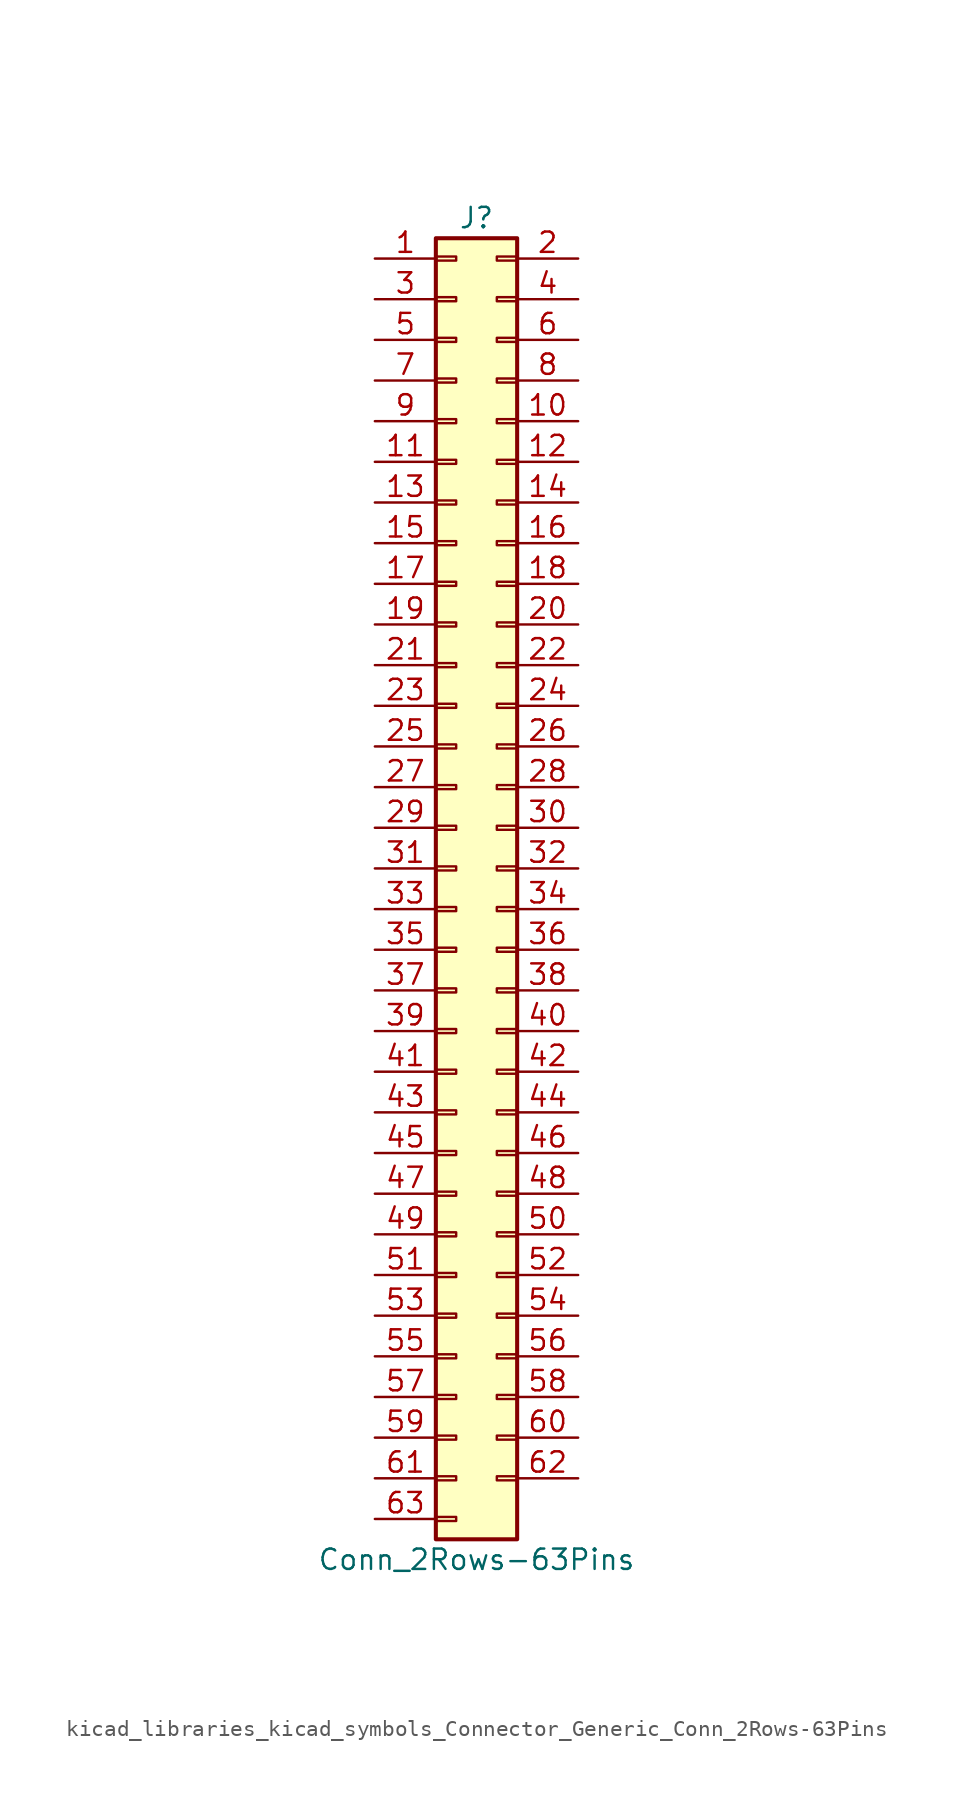
<source format=kicad_sym>
(kicad_symbol_lib
  (version 20220914)
  (generator kicad_symbol_editor)
  (symbol "kicad_libraries_kicad_symbols_Connector_Generic_Conn_2Rows-63Pins"
    (pin_names
      (offset 1.016) hide)
    (property "Reference" "J"
      (at 1.27 40.64 0)
      (effects (font (size 1.27 1.27))))
    (property "Value" "Conn_2Rows-63Pins"
      (at 1.27 -43.18 0)
      (effects (font (size 1.27 1.27))))
    (symbol "kicad_libraries_kicad_symbols_Connector_Generic_Conn_2Rows-63Pins_1_1"
      (rectangle (start -1.27 -40.513) (end 0 -40.767) (stroke (width 0.152) (type default)) (fill (type none)))
      (rectangle (start -1.27 -37.973) (end 0 -38.227) (stroke (width 0.152) (type default)) (fill (type none)))
      (rectangle (start -1.27 -35.433) (end 0 -35.687) (stroke (width 0.152) (type default)) (fill (type none)))
      (rectangle (start -1.27 -32.893) (end 0 -33.147) (stroke (width 0.152) (type default)) (fill (type none)))
      (rectangle (start -1.27 -30.353) (end 0 -30.607) (stroke (width 0.152) (type default)) (fill (type none)))
      (rectangle (start -1.27 -27.813) (end 0 -28.067) (stroke (width 0.152) (type default)) (fill (type none)))
      (rectangle (start -1.27 -25.273) (end 0 -25.527) (stroke (width 0.152) (type default)) (fill (type none)))
      (rectangle (start -1.27 -22.733) (end 0 -22.987) (stroke (width 0.152) (type default)) (fill (type none)))
      (rectangle (start -1.27 -20.193) (end 0 -20.447) (stroke (width 0.152) (type default)) (fill (type none)))
      (rectangle (start -1.27 -17.653) (end 0 -17.907) (stroke (width 0.152) (type default)) (fill (type none)))
      (rectangle (start -1.27 -15.113) (end 0 -15.367) (stroke (width 0.152) (type default)) (fill (type none)))
      (rectangle (start -1.27 -12.573) (end 0 -12.827) (stroke (width 0.152) (type default)) (fill (type none)))
      (rectangle (start -1.27 -10.033) (end 0 -10.287) (stroke (width 0.152) (type default)) (fill (type none)))
      (rectangle (start -1.27 -7.493) (end 0 -7.747) (stroke (width 0.152) (type default)) (fill (type none)))
      (rectangle (start -1.27 -4.953) (end 0 -5.207) (stroke (width 0.152) (type default)) (fill (type none)))
      (rectangle (start -1.27 -2.413) (end 0 -2.667) (stroke (width 0.152) (type default)) (fill (type none)))
      (rectangle (start -1.27 0.127) (end 0 -0.127) (stroke (width 0.152) (type default)) (fill (type none)))
      (rectangle (start -1.27 2.667) (end 0 2.413) (stroke (width 0.152) (type default)) (fill (type none)))
      (rectangle (start -1.27 5.207) (end 0 4.953) (stroke (width 0.152) (type default)) (fill (type none)))
      (rectangle (start -1.27 7.747) (end 0 7.493) (stroke (width 0.152) (type default)) (fill (type none)))
      (rectangle (start -1.27 10.287) (end 0 10.033) (stroke (width 0.152) (type default)) (fill (type none)))
      (rectangle (start -1.27 12.827) (end 0 12.573) (stroke (width 0.152) (type default)) (fill (type none)))
      (rectangle (start -1.27 15.367) (end 0 15.113) (stroke (width 0.152) (type default)) (fill (type none)))
      (rectangle (start -1.27 17.907) (end 0 17.653) (stroke (width 0.152) (type default)) (fill (type none)))
      (rectangle (start -1.27 20.447) (end 0 20.193) (stroke (width 0.152) (type default)) (fill (type none)))
      (rectangle (start -1.27 22.987) (end 0 22.733) (stroke (width 0.152) (type default)) (fill (type none)))
      (rectangle (start -1.27 25.527) (end 0 25.273) (stroke (width 0.152) (type default)) (fill (type none)))
      (rectangle (start -1.27 28.067) (end 0 27.813) (stroke (width 0.152) (type default)) (fill (type none)))
      (rectangle (start -1.27 30.607) (end 0 30.353) (stroke (width 0.152) (type default)) (fill (type none)))
      (rectangle (start -1.27 33.147) (end 0 32.893) (stroke (width 0.152) (type default)) (fill (type none)))
      (rectangle (start -1.27 35.687) (end 0 35.433) (stroke (width 0.152) (type default)) (fill (type none)))
      (rectangle (start -1.27 38.227) (end 0 37.973) (stroke (width 0.152) (type default)) (fill (type none)))
      (rectangle (start -1.27 39.37) (end 3.81 -41.91) (stroke (width 0.254) (type default)) (fill (type background)))
      (rectangle (start 3.81 -37.973) (end 2.54 -38.227) (stroke (width 0.152) (type default)) (fill (type none)))
      (rectangle (start 3.81 -35.433) (end 2.54 -35.687) (stroke (width 0.152) (type default)) (fill (type none)))
      (rectangle (start 3.81 -32.893) (end 2.54 -33.147) (stroke (width 0.152) (type default)) (fill (type none)))
      (rectangle (start 3.81 -30.353) (end 2.54 -30.607) (stroke (width 0.152) (type default)) (fill (type none)))
      (rectangle (start 3.81 -27.813) (end 2.54 -28.067) (stroke (width 0.152) (type default)) (fill (type none)))
      (rectangle (start 3.81 -25.273) (end 2.54 -25.527) (stroke (width 0.152) (type default)) (fill (type none)))
      (rectangle (start 3.81 -22.733) (end 2.54 -22.987) (stroke (width 0.152) (type default)) (fill (type none)))
      (rectangle (start 3.81 -20.193) (end 2.54 -20.447) (stroke (width 0.152) (type default)) (fill (type none)))
      (rectangle (start 3.81 -17.653) (end 2.54 -17.907) (stroke (width 0.152) (type default)) (fill (type none)))
      (rectangle (start 3.81 -15.113) (end 2.54 -15.367) (stroke (width 0.152) (type default)) (fill (type none)))
      (rectangle (start 3.81 -12.573) (end 2.54 -12.827) (stroke (width 0.152) (type default)) (fill (type none)))
      (rectangle (start 3.81 -10.033) (end 2.54 -10.287) (stroke (width 0.152) (type default)) (fill (type none)))
      (rectangle (start 3.81 -7.493) (end 2.54 -7.747) (stroke (width 0.152) (type default)) (fill (type none)))
      (rectangle (start 3.81 -4.953) (end 2.54 -5.207) (stroke (width 0.152) (type default)) (fill (type none)))
      (rectangle (start 3.81 -2.413) (end 2.54 -2.667) (stroke (width 0.152) (type default)) (fill (type none)))
      (rectangle (start 3.81 0.127) (end 2.54 -0.127) (stroke (width 0.152) (type default)) (fill (type none)))
      (rectangle (start 3.81 2.667) (end 2.54 2.413) (stroke (width 0.152) (type default)) (fill (type none)))
      (rectangle (start 3.81 5.207) (end 2.54 4.953) (stroke (width 0.152) (type default)) (fill (type none)))
      (rectangle (start 3.81 7.747) (end 2.54 7.493) (stroke (width 0.152) (type default)) (fill (type none)))
      (rectangle (start 3.81 10.287) (end 2.54 10.033) (stroke (width 0.152) (type default)) (fill (type none)))
      (rectangle (start 3.81 12.827) (end 2.54 12.573) (stroke (width 0.152) (type default)) (fill (type none)))
      (rectangle (start 3.81 15.367) (end 2.54 15.113) (stroke (width 0.152) (type default)) (fill (type none)))
      (rectangle (start 3.81 17.907) (end 2.54 17.653) (stroke (width 0.152) (type default)) (fill (type none)))
      (rectangle (start 3.81 20.447) (end 2.54 20.193) (stroke (width 0.152) (type default)) (fill (type none)))
      (rectangle (start 3.81 22.987) (end 2.54 22.733) (stroke (width 0.152) (type default)) (fill (type none)))
      (rectangle (start 3.81 25.527) (end 2.54 25.273) (stroke (width 0.152) (type default)) (fill (type none)))
      (rectangle (start 3.81 28.067) (end 2.54 27.813) (stroke (width 0.152) (type default)) (fill (type none)))
      (rectangle (start 3.81 30.607) (end 2.54 30.353) (stroke (width 0.152) (type default)) (fill (type none)))
      (rectangle (start 3.81 33.147) (end 2.54 32.893) (stroke (width 0.152) (type default)) (fill (type none)))
      (rectangle (start 3.81 35.687) (end 2.54 35.433) (stroke (width 0.152) (type default)) (fill (type none)))
      (rectangle (start 3.81 38.227) (end 2.54 37.973) (stroke (width 0.152) (type default)) (fill (type none)))
      (pin passive line (at -5.08 38.1 0) (length 3.81) (name "Pin_1" (effects (font (size 1.27 1.27)))) (number "1" (effects (font (size 1.27 1.27)))))
      (pin passive line (at 7.62 27.94 180) (length 3.81) (name "Pin_10" (effects (font (size 1.27 1.27)))) (number "10" (effects (font (size 1.27 1.27)))))
      (pin passive line (at -5.08 25.4 0) (length 3.81) (name "Pin_11" (effects (font (size 1.27 1.27)))) (number "11" (effects (font (size 1.27 1.27)))))
      (pin passive line (at 7.62 25.4 180) (length 3.81) (name "Pin_12" (effects (font (size 1.27 1.27)))) (number "12" (effects (font (size 1.27 1.27)))))
      (pin passive line (at -5.08 22.86 0) (length 3.81) (name "Pin_13" (effects (font (size 1.27 1.27)))) (number "13" (effects (font (size 1.27 1.27)))))
      (pin passive line (at 7.62 22.86 180) (length 3.81) (name "Pin_14" (effects (font (size 1.27 1.27)))) (number "14" (effects (font (size 1.27 1.27)))))
      (pin passive line (at -5.08 20.32 0) (length 3.81) (name "Pin_15" (effects (font (size 1.27 1.27)))) (number "15" (effects (font (size 1.27 1.27)))))
      (pin passive line (at 7.62 20.32 180) (length 3.81) (name "Pin_16" (effects (font (size 1.27 1.27)))) (number "16" (effects (font (size 1.27 1.27)))))
      (pin passive line (at -5.08 17.78 0) (length 3.81) (name "Pin_17" (effects (font (size 1.27 1.27)))) (number "17" (effects (font (size 1.27 1.27)))))
      (pin passive line (at 7.62 17.78 180) (length 3.81) (name "Pin_18" (effects (font (size 1.27 1.27)))) (number "18" (effects (font (size 1.27 1.27)))))
      (pin passive line (at -5.08 15.24 0) (length 3.81) (name "Pin_19" (effects (font (size 1.27 1.27)))) (number "19" (effects (font (size 1.27 1.27)))))
      (pin passive line (at 7.62 38.1 180) (length 3.81) (name "Pin_2" (effects (font (size 1.27 1.27)))) (number "2" (effects (font (size 1.27 1.27)))))
      (pin passive line (at 7.62 15.24 180) (length 3.81) (name "Pin_20" (effects (font (size 1.27 1.27)))) (number "20" (effects (font (size 1.27 1.27)))))
      (pin passive line (at -5.08 12.7 0) (length 3.81) (name "Pin_21" (effects (font (size 1.27 1.27)))) (number "21" (effects (font (size 1.27 1.27)))))
      (pin passive line (at 7.62 12.7 180) (length 3.81) (name "Pin_22" (effects (font (size 1.27 1.27)))) (number "22" (effects (font (size 1.27 1.27)))))
      (pin passive line (at -5.08 10.16 0) (length 3.81) (name "Pin_23" (effects (font (size 1.27 1.27)))) (number "23" (effects (font (size 1.27 1.27)))))
      (pin passive line (at 7.62 10.16 180) (length 3.81) (name "Pin_24" (effects (font (size 1.27 1.27)))) (number "24" (effects (font (size 1.27 1.27)))))
      (pin passive line (at -5.08 7.62 0) (length 3.81) (name "Pin_25" (effects (font (size 1.27 1.27)))) (number "25" (effects (font (size 1.27 1.27)))))
      (pin passive line (at 7.62 7.62 180) (length 3.81) (name "Pin_26" (effects (font (size 1.27 1.27)))) (number "26" (effects (font (size 1.27 1.27)))))
      (pin passive line (at -5.08 5.08 0) (length 3.81) (name "Pin_27" (effects (font (size 1.27 1.27)))) (number "27" (effects (font (size 1.27 1.27)))))
      (pin passive line (at 7.62 5.08 180) (length 3.81) (name "Pin_28" (effects (font (size 1.27 1.27)))) (number "28" (effects (font (size 1.27 1.27)))))
      (pin passive line (at -5.08 2.54 0) (length 3.81) (name "Pin_29" (effects (font (size 1.27 1.27)))) (number "29" (effects (font (size 1.27 1.27)))))
      (pin passive line (at -5.08 35.56 0) (length 3.81) (name "Pin_3" (effects (font (size 1.27 1.27)))) (number "3" (effects (font (size 1.27 1.27)))))
      (pin passive line (at 7.62 2.54 180) (length 3.81) (name "Pin_30" (effects (font (size 1.27 1.27)))) (number "30" (effects (font (size 1.27 1.27)))))
      (pin passive line (at -5.08 0 0) (length 3.81) (name "Pin_31" (effects (font (size 1.27 1.27)))) (number "31" (effects (font (size 1.27 1.27)))))
      (pin passive line (at 7.62 0 180) (length 3.81) (name "Pin_32" (effects (font (size 1.27 1.27)))) (number "32" (effects (font (size 1.27 1.27)))))
      (pin passive line (at -5.08 -2.54 0) (length 3.81) (name "Pin_33" (effects (font (size 1.27 1.27)))) (number "33" (effects (font (size 1.27 1.27)))))
      (pin passive line (at 7.62 -2.54 180) (length 3.81) (name "Pin_34" (effects (font (size 1.27 1.27)))) (number "34" (effects (font (size 1.27 1.27)))))
      (pin passive line (at -5.08 -5.08 0) (length 3.81) (name "Pin_35" (effects (font (size 1.27 1.27)))) (number "35" (effects (font (size 1.27 1.27)))))
      (pin passive line (at 7.62 -5.08 180) (length 3.81) (name "Pin_36" (effects (font (size 1.27 1.27)))) (number "36" (effects (font (size 1.27 1.27)))))
      (pin passive line (at -5.08 -7.62 0) (length 3.81) (name "Pin_37" (effects (font (size 1.27 1.27)))) (number "37" (effects (font (size 1.27 1.27)))))
      (pin passive line (at 7.62 -7.62 180) (length 3.81) (name "Pin_38" (effects (font (size 1.27 1.27)))) (number "38" (effects (font (size 1.27 1.27)))))
      (pin passive line (at -5.08 -10.16 0) (length 3.81) (name "Pin_39" (effects (font (size 1.27 1.27)))) (number "39" (effects (font (size 1.27 1.27)))))
      (pin passive line (at 7.62 35.56 180) (length 3.81) (name "Pin_4" (effects (font (size 1.27 1.27)))) (number "4" (effects (font (size 1.27 1.27)))))
      (pin passive line (at 7.62 -10.16 180) (length 3.81) (name "Pin_40" (effects (font (size 1.27 1.27)))) (number "40" (effects (font (size 1.27 1.27)))))
      (pin passive line (at -5.08 -12.7 0) (length 3.81) (name "Pin_41" (effects (font (size 1.27 1.27)))) (number "41" (effects (font (size 1.27 1.27)))))
      (pin passive line (at 7.62 -12.7 180) (length 3.81) (name "Pin_42" (effects (font (size 1.27 1.27)))) (number "42" (effects (font (size 1.27 1.27)))))
      (pin passive line (at -5.08 -15.24 0) (length 3.81) (name "Pin_43" (effects (font (size 1.27 1.27)))) (number "43" (effects (font (size 1.27 1.27)))))
      (pin passive line (at 7.62 -15.24 180) (length 3.81) (name "Pin_44" (effects (font (size 1.27 1.27)))) (number "44" (effects (font (size 1.27 1.27)))))
      (pin passive line (at -5.08 -17.78 0) (length 3.81) (name "Pin_45" (effects (font (size 1.27 1.27)))) (number "45" (effects (font (size 1.27 1.27)))))
      (pin passive line (at 7.62 -17.78 180) (length 3.81) (name "Pin_46" (effects (font (size 1.27 1.27)))) (number "46" (effects (font (size 1.27 1.27)))))
      (pin passive line (at -5.08 -20.32 0) (length 3.81) (name "Pin_47" (effects (font (size 1.27 1.27)))) (number "47" (effects (font (size 1.27 1.27)))))
      (pin passive line (at 7.62 -20.32 180) (length 3.81) (name "Pin_48" (effects (font (size 1.27 1.27)))) (number "48" (effects (font (size 1.27 1.27)))))
      (pin passive line (at -5.08 -22.86 0) (length 3.81) (name "Pin_49" (effects (font (size 1.27 1.27)))) (number "49" (effects (font (size 1.27 1.27)))))
      (pin passive line (at -5.08 33.02 0) (length 3.81) (name "Pin_5" (effects (font (size 1.27 1.27)))) (number "5" (effects (font (size 1.27 1.27)))))
      (pin passive line (at 7.62 -22.86 180) (length 3.81) (name "Pin_50" (effects (font (size 1.27 1.27)))) (number "50" (effects (font (size 1.27 1.27)))))
      (pin passive line (at -5.08 -25.4 0) (length 3.81) (name "Pin_51" (effects (font (size 1.27 1.27)))) (number "51" (effects (font (size 1.27 1.27)))))
      (pin passive line (at 7.62 -25.4 180) (length 3.81) (name "Pin_52" (effects (font (size 1.27 1.27)))) (number "52" (effects (font (size 1.27 1.27)))))
      (pin passive line (at -5.08 -27.94 0) (length 3.81) (name "Pin_53" (effects (font (size 1.27 1.27)))) (number "53" (effects (font (size 1.27 1.27)))))
      (pin passive line (at 7.62 -27.94 180) (length 3.81) (name "Pin_54" (effects (font (size 1.27 1.27)))) (number "54" (effects (font (size 1.27 1.27)))))
      (pin passive line (at -5.08 -30.48 0) (length 3.81) (name "Pin_55" (effects (font (size 1.27 1.27)))) (number "55" (effects (font (size 1.27 1.27)))))
      (pin passive line (at 7.62 -30.48 180) (length 3.81) (name "Pin_56" (effects (font (size 1.27 1.27)))) (number "56" (effects (font (size 1.27 1.27)))))
      (pin passive line (at -5.08 -33.02 0) (length 3.81) (name "Pin_57" (effects (font (size 1.27 1.27)))) (number "57" (effects (font (size 1.27 1.27)))))
      (pin passive line (at 7.62 -33.02 180) (length 3.81) (name "Pin_58" (effects (font (size 1.27 1.27)))) (number "58" (effects (font (size 1.27 1.27)))))
      (pin passive line (at -5.08 -35.56 0) (length 3.81) (name "Pin_59" (effects (font (size 1.27 1.27)))) (number "59" (effects (font (size 1.27 1.27)))))
      (pin passive line (at 7.62 33.02 180) (length 3.81) (name "Pin_6" (effects (font (size 1.27 1.27)))) (number "6" (effects (font (size 1.27 1.27)))))
      (pin passive line (at 7.62 -35.56 180) (length 3.81) (name "Pin_60" (effects (font (size 1.27 1.27)))) (number "60" (effects (font (size 1.27 1.27)))))
      (pin passive line (at -5.08 -38.1 0) (length 3.81) (name "Pin_61" (effects (font (size 1.27 1.27)))) (number "61" (effects (font (size 1.27 1.27)))))
      (pin passive line (at 7.62 -38.1 180) (length 3.81) (name "Pin_62" (effects (font (size 1.27 1.27)))) (number "62" (effects (font (size 1.27 1.27)))))
      (pin passive line (at -5.08 -40.64 0) (length 3.81) (name "Pin_63" (effects (font (size 1.27 1.27)))) (number "63" (effects (font (size 1.27 1.27)))))
      (pin passive line (at -5.08 30.48 0) (length 3.81) (name "Pin_7" (effects (font (size 1.27 1.27)))) (number "7" (effects (font (size 1.27 1.27)))))
      (pin passive line (at 7.62 30.48 180) (length 3.81) (name "Pin_8" (effects (font (size 1.27 1.27)))) (number "8" (effects (font (size 1.27 1.27)))))
      (pin passive line (at -5.08 27.94 0) (length 3.81) (name "Pin_9" (effects (font (size 1.27 1.27)))) (number "9" (effects (font (size 1.27 1.27))))))))
</source>
